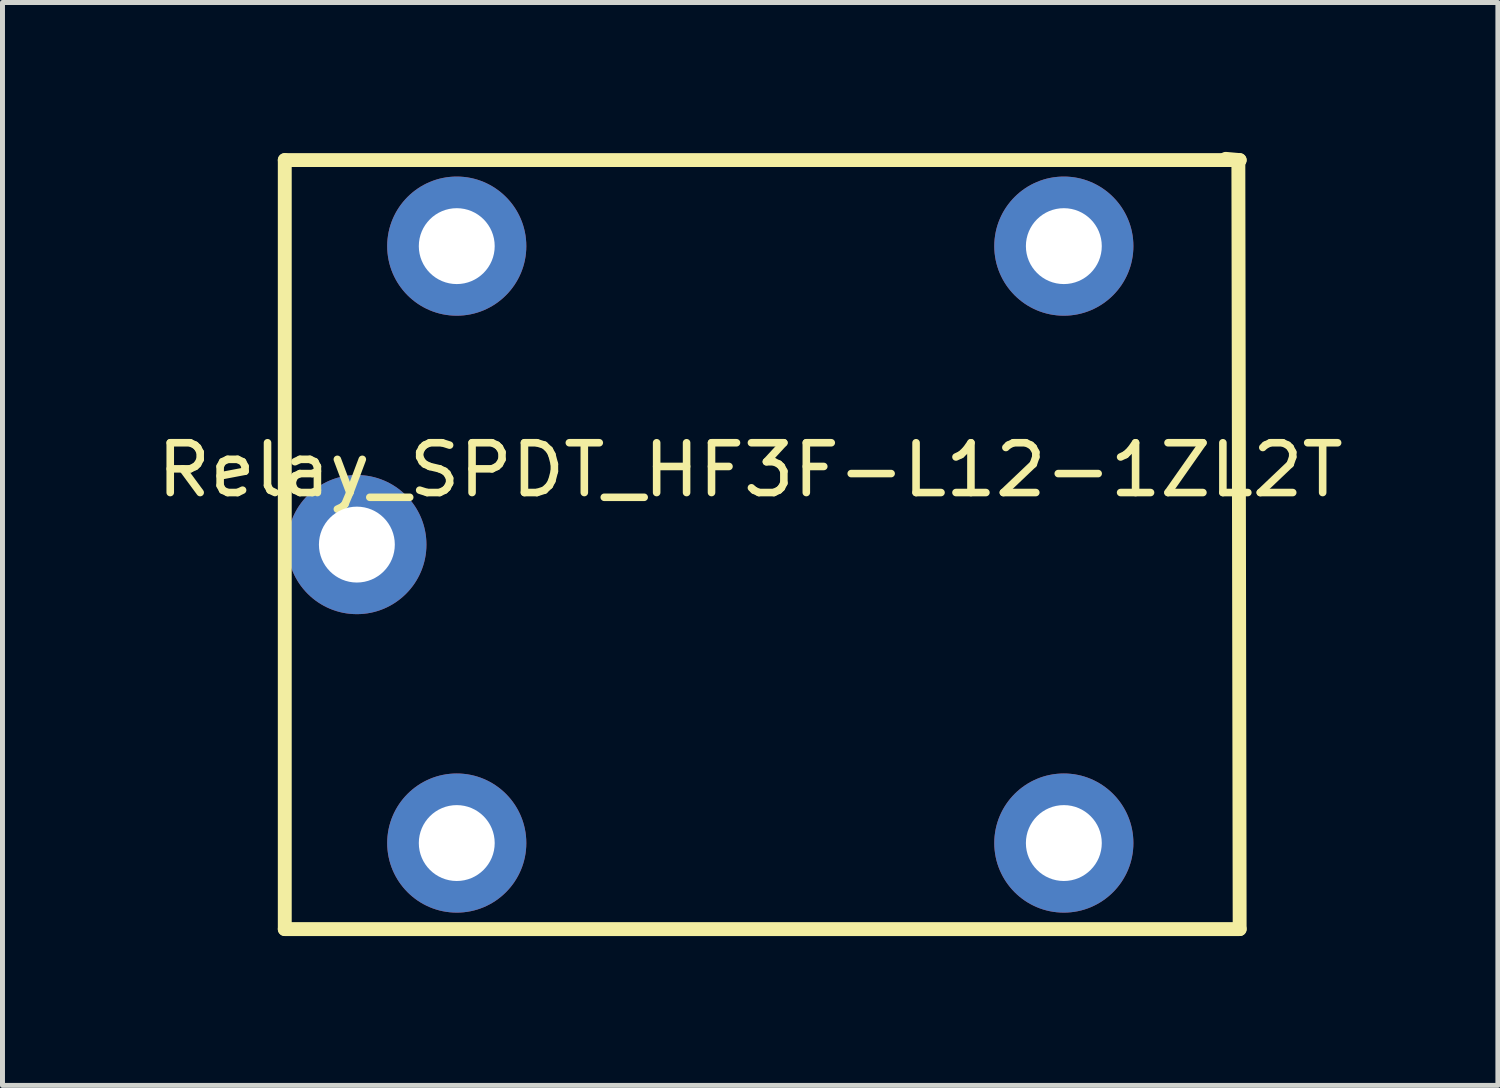
<source format=kicad_pcb>
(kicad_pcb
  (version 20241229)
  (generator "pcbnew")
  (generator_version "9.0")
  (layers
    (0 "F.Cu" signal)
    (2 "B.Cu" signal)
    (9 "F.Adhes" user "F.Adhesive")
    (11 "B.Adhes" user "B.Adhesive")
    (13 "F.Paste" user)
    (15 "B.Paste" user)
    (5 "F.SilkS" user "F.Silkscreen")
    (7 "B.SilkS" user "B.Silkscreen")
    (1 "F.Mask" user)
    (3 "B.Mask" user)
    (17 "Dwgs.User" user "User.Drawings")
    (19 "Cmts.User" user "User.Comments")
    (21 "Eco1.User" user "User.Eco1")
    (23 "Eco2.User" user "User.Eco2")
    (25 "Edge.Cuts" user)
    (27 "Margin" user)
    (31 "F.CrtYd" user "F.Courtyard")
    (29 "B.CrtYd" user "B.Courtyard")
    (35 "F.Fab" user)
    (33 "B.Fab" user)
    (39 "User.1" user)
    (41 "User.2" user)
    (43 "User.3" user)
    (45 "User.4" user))
  (footprint "Relay_SPDT_HF3F-L12-1ZL2T"
    (layer "F.Cu")
    (at 12.016 7.887)
    (property "Reference" "Relay_SPDT_HF3F-L12-1ZL2T" (at 0 -1.5 0) (unlocked yes) (layer "F.SilkS") (effects (font (size 1 1.052) (thickness 0.152))))
    (attr smd)
    (fp_line (start -9.347 -7.722) (end 9.83 -7.722) (stroke (width 0.279) (type solid)) (layer "F.SilkS"))
    (fp_line (start -9.347 7.722) (end -9.347 -7.722) (stroke (width 0.279) (type solid)) (layer "F.SilkS"))
    (fp_line (start -9.347 7.722) (end 9.83 7.722) (stroke (width 0.279) (type solid)) (layer "F.SilkS"))
    (fp_line (start 9.55 -7.747) (end 9.83 -7.722) (stroke (width 0.279) (type solid)) (layer "F.SilkS"))
    (fp_line (start 9.804 -7.696) (end 9.83 7.722) (stroke (width 0.279) (type solid)) (layer "F.SilkS"))
    (fp_circle (center -7.899 0) (end -7.569 0) (stroke (width 0.66) (type solid)) (fill no) (layer "Dwgs.User"))
    (fp_circle (center -5.893 -5.994) (end -5.563 -5.994) (stroke (width 0.66) (type solid)) (fill no) (layer "Dwgs.User"))
    (fp_circle (center -5.893 5.994) (end -5.563 5.994) (stroke (width 0.66) (type solid)) (fill no) (layer "Dwgs.User"))
    (fp_circle (center 6.299 -5.994) (end 6.629 -5.994) (stroke (width 0.66) (type solid)) (fill no) (layer "Dwgs.User"))
    (fp_circle (center 6.299 5.994) (end 6.629 5.994) (stroke (width 0.66) (type solid)) (fill no) (layer "Dwgs.User"))
    (pad "1" thru_hole circle (at -5.893 5.994 180) (size 2.794 2.794) (drill 1.524) (layers "*.Cu" "*.Mask"))
    (pad "2" thru_hole circle (at 6.299 5.994 180) (size 2.794 2.794) (drill 1.524) (layers "*.Cu" "*.Mask"))
    (pad "3" thru_hole circle (at 6.299 -5.994 180) (size 2.794 2.794) (drill 1.524) (layers "*.Cu" "*.Mask"))
    (pad "4" thru_hole circle (at -5.893 -5.994 180) (size 2.794 2.794) (drill 1.524) (layers "*.Cu" "*.Mask"))
    (pad "5" thru_hole circle (at -7.899 0 180) (size 2.794 2.794) (drill 1.524) (layers "*.Cu" "*.Mask")))
  (gr_rect
    (start -3 -3)
    (end 27.032 18.748)
    (stroke (width 0.1) (type default))
    (fill no)
    (layer "Edge.Cuts")))
</source>
